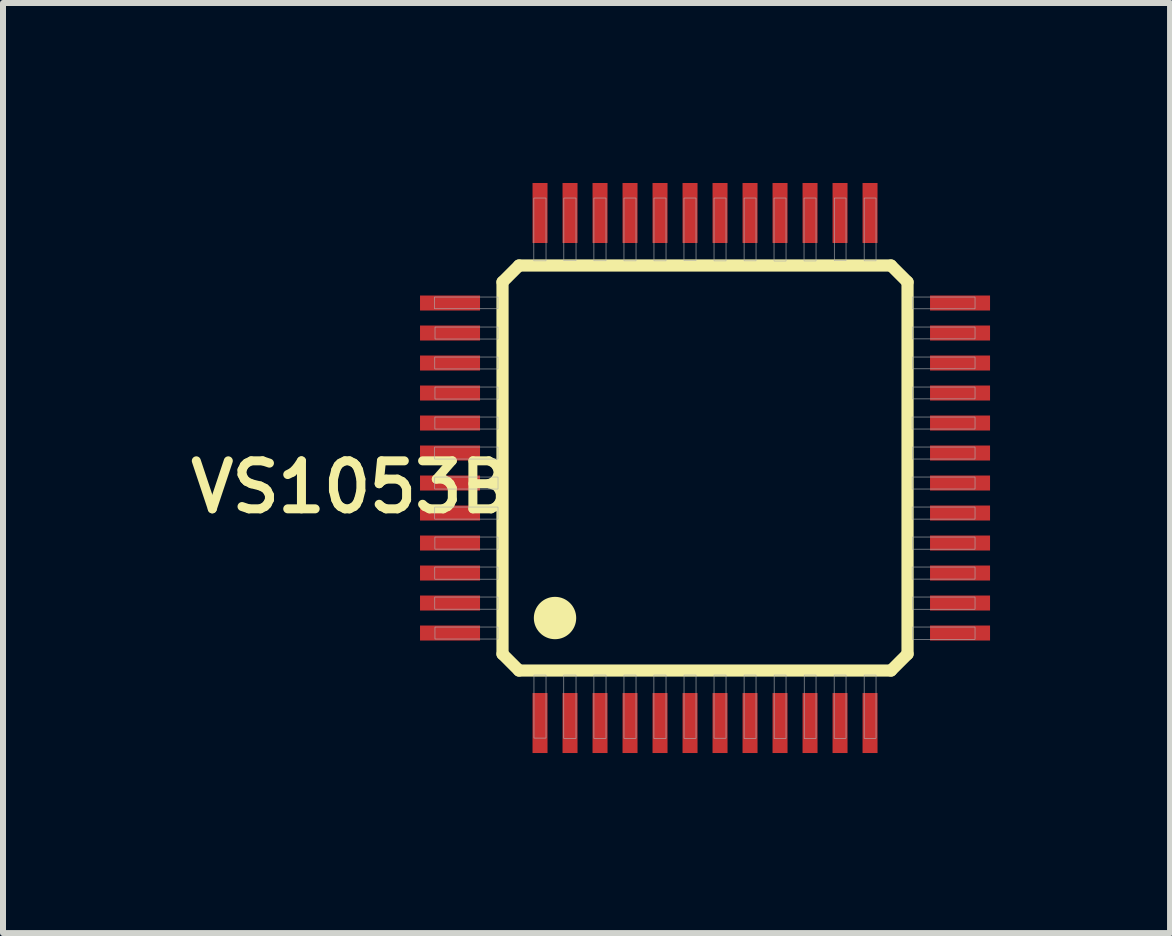
<source format=kicad_pcb>
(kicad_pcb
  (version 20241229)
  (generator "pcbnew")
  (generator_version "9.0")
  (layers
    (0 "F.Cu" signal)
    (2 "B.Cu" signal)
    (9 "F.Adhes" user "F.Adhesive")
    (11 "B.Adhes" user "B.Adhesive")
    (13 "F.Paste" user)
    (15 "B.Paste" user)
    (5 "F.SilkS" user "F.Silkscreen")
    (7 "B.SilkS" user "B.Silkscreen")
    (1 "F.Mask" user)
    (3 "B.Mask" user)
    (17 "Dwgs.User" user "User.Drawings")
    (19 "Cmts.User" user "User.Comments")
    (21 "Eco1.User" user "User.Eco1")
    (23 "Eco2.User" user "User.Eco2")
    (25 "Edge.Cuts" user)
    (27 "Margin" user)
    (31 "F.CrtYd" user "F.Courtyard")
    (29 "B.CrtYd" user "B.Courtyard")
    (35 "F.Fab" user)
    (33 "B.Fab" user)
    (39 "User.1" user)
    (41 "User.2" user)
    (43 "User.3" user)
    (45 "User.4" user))
  (footprint "VS1053B"
    (layer "F.Cu")
    (at 8.7 4.75)
    (property "Reference" "VS1053B" (at -5.907 0.318 180) (layer "F.SilkS") (effects (font (size 0.8 0.8) (thickness 0.15))))
    (attr through_hole)
    (fp_line (start -3.375 -3.1) (end -3.1 -3.375) (stroke (width 0.203) (type solid)) (layer "F.SilkS"))
    (fp_line (start -3.375 3.1) (end -3.375 -3.1) (stroke (width 0.203) (type solid)) (layer "F.SilkS"))
    (fp_line (start -3.1 -3.375) (end 3.1 -3.375) (stroke (width 0.203) (type solid)) (layer "F.SilkS"))
    (fp_line (start -3.1 3.375) (end -3.375 3.1) (stroke (width 0.203) (type solid)) (layer "F.SilkS"))
    (fp_line (start 3.1 -3.375) (end 3.375 -3.1) (stroke (width 0.203) (type solid)) (layer "F.SilkS"))
    (fp_line (start 3.1 3.375) (end -3.1 3.375) (stroke (width 0.203) (type solid)) (layer "F.SilkS"))
    (fp_line (start 3.375 -3.1) (end 3.375 3.1) (stroke (width 0.203) (type solid)) (layer "F.SilkS"))
    (fp_line (start 3.375 3.1) (end 3.1 3.375) (stroke (width 0.203) (type solid)) (layer "F.SilkS"))
    (fp_circle (center -2.5 2.5) (end -2.147 2.5) (stroke (width 0) (type solid)) (fill yes) (layer "F.SilkS"))
    (fp_poly (pts (xy -4.508 -2.85) (xy -3.45 -2.85) (xy -3.45 -2.654) (xy -4.508 -2.654)) (stroke (width 0.01) (type solid)) (fill no) (layer "F.Fab"))
    (fp_poly (pts (xy -4.506 -0.35) (xy -3.45 -0.35) (xy -3.45 -0.15) (xy -4.506 -0.15)) (stroke (width 0.01) (type solid)) (fill no) (layer "F.Fab"))
    (fp_poly (pts (xy -4.505 0.65) (xy -3.45 0.65) (xy -3.45 0.851) (xy -4.505 0.851)) (stroke (width 0.01) (type solid)) (fill no) (layer "F.Fab"))
    (fp_poly (pts (xy -4.505 0.15) (xy -3.45 0.15) (xy -3.45 0.35) (xy -4.505 0.35)) (stroke (width 0.01) (type solid)) (fill no) (layer "F.Fab"))
    (fp_poly (pts (xy -4.504 1.65) (xy -3.45 1.65) (xy -3.45 1.852) (xy -4.504 1.852)) (stroke (width 0.01) (type solid)) (fill no) (layer "F.Fab"))
    (fp_poly (pts (xy -4.504 -1.85) (xy -3.45 -1.85) (xy -3.45 -1.651) (xy -4.504 -1.651)) (stroke (width 0.01) (type solid)) (fill no) (layer "F.Fab"))
    (fp_poly (pts (xy -4.504 2.15) (xy -3.45 2.15) (xy -3.45 2.352) (xy -4.504 2.352)) (stroke (width 0.01) (type solid)) (fill no) (layer "F.Fab"))
    (fp_poly (pts (xy -4.502 -0.85) (xy -3.45 -0.85) (xy -3.45 -0.65) (xy -4.502 -0.65)) (stroke (width 0.01) (type solid)) (fill no) (layer "F.Fab"))
    (fp_poly (pts (xy -4.502 1.15) (xy -3.45 1.15) (xy -3.45 1.351) (xy -4.502 1.351)) (stroke (width 0.01) (type solid)) (fill no) (layer "F.Fab"))
    (fp_poly (pts (xy -4.501 -1.35) (xy -3.45 -1.35) (xy -3.45 -1.15) (xy -4.501 -1.15)) (stroke (width 0.01) (type solid)) (fill no) (layer "F.Fab"))
    (fp_poly (pts (xy -4.501 2.65) (xy -3.45 2.65) (xy -3.45 2.85) (xy -4.501 2.85)) (stroke (width 0.01) (type solid)) (fill no) (layer "F.Fab"))
    (fp_poly (pts (xy -4.5 -2.35) (xy -3.45 -2.35) (xy -3.45 -2.15) (xy -4.5 -2.15)) (stroke (width 0.01) (type solid)) (fill no) (layer "F.Fab"))
    (fp_poly (pts (xy -2.853 -4.5) (xy -2.65 -4.5) (xy -2.65 -3.453) (xy -2.853 -3.453)) (stroke (width 0.01) (type solid)) (fill no) (layer "F.Fab"))
    (fp_poly (pts (xy -2.851 3.45) (xy -2.65 3.45) (xy -2.65 4.501) (xy -2.851 4.501)) (stroke (width 0.01) (type solid)) (fill no) (layer "F.Fab"))
    (fp_poly (pts (xy -2.354 3.45) (xy -2.15 3.45) (xy -2.15 4.507) (xy -2.354 4.507)) (stroke (width 0.01) (type solid)) (fill no) (layer "F.Fab"))
    (fp_poly (pts (xy -2.353 -4.5) (xy -2.15 -4.5) (xy -2.15 -3.455) (xy -2.353 -3.455)) (stroke (width 0.01) (type solid)) (fill no) (layer "F.Fab"))
    (fp_poly (pts (xy -1.852 3.45) (xy -1.65 3.45) (xy -1.65 4.506) (xy -1.852 4.506)) (stroke (width 0.01) (type solid)) (fill no) (layer "F.Fab"))
    (fp_poly (pts (xy -1.852 -4.5) (xy -1.65 -4.5) (xy -1.65 -3.454) (xy -1.852 -3.454)) (stroke (width 0.01) (type solid)) (fill no) (layer "F.Fab"))
    (fp_poly (pts (xy -1.351 3.45) (xy -1.15 3.45) (xy -1.15 4.505) (xy -1.351 4.505)) (stroke (width 0.01) (type solid)) (fill no) (layer "F.Fab"))
    (fp_poly (pts (xy -1.351 -4.5) (xy -1.15 -4.5) (xy -1.15 -3.453) (xy -1.351 -3.453)) (stroke (width 0.01) (type solid)) (fill no) (layer "F.Fab"))
    (fp_poly (pts (xy -0.852 3.45) (xy -0.65 3.45) (xy -0.65 4.508) (xy -0.852 4.508)) (stroke (width 0.01) (type solid)) (fill no) (layer "F.Fab"))
    (fp_poly (pts (xy -0.851 -4.5) (xy -0.65 -4.5) (xy -0.65 -3.453) (xy -0.851 -3.453)) (stroke (width 0.01) (type solid)) (fill no) (layer "F.Fab"))
    (fp_poly (pts (xy -0.351 -4.5) (xy -0.15 -4.5) (xy -0.15 -3.457) (xy -0.351 -3.457)) (stroke (width 0.01) (type solid)) (fill no) (layer "F.Fab"))
    (fp_poly (pts (xy -0.35 3.45) (xy -0.15 3.45) (xy -0.15 4.505) (xy -0.35 4.505)) (stroke (width 0.01) (type solid)) (fill no) (layer "F.Fab"))
    (fp_poly (pts (xy 0.15 -4.5) (xy 0.35 -4.5) (xy 0.35 -3.452) (xy 0.15 -3.452)) (stroke (width 0.01) (type solid)) (fill no) (layer "F.Fab"))
    (fp_poly (pts (xy 0.15 3.45) (xy 0.35 3.45) (xy 0.35 4.503) (xy 0.15 4.503)) (stroke (width 0.01) (type solid)) (fill no) (layer "F.Fab"))
    (fp_poly (pts (xy 0.651 -4.5) (xy 0.85 -4.5) (xy 0.85 -3.453) (xy 0.651 -3.453)) (stroke (width 0.01) (type solid)) (fill no) (layer "F.Fab"))
    (fp_poly (pts (xy 0.651 3.45) (xy 0.85 3.45) (xy 0.85 4.507) (xy 0.651 4.507)) (stroke (width 0.01) (type solid)) (fill no) (layer "F.Fab"))
    (fp_poly (pts (xy 1.15 -4.5) (xy 1.35 -4.5) (xy 1.35 -3.45) (xy 1.15 -3.45)) (stroke (width 0.01) (type solid)) (fill no) (layer "F.Fab"))
    (fp_poly (pts (xy 1.152 3.45) (xy 1.35 3.45) (xy 1.35 4.508) (xy 1.152 4.508)) (stroke (width 0.01) (type solid)) (fill no) (layer "F.Fab"))
    (fp_poly (pts (xy 1.65 -4.5) (xy 1.85 -4.5) (xy 1.85 -3.451) (xy 1.65 -3.451)) (stroke (width 0.01) (type solid)) (fill no) (layer "F.Fab"))
    (fp_poly (pts (xy 1.653 3.45) (xy 1.85 3.45) (xy 1.85 4.508) (xy 1.653 4.508)) (stroke (width 0.01) (type solid)) (fill no) (layer "F.Fab"))
    (fp_poly (pts (xy 2.152 3.45) (xy 2.35 3.45) (xy 2.35 4.504) (xy 2.152 4.504)) (stroke (width 0.01) (type solid)) (fill no) (layer "F.Fab"))
    (fp_poly (pts (xy 2.154 -4.5) (xy 2.35 -4.5) (xy 2.35 -3.456) (xy 2.154 -3.456)) (stroke (width 0.01) (type solid)) (fill no) (layer "F.Fab"))
    (fp_poly (pts (xy 2.652 -4.5) (xy 2.85 -4.5) (xy 2.85 -3.453) (xy 2.652 -3.453)) (stroke (width 0.01) (type solid)) (fill no) (layer "F.Fab"))
    (fp_poly (pts (xy 2.652 3.45) (xy 2.85 3.45) (xy 2.85 4.504) (xy 2.652 4.504)) (stroke (width 0.01) (type solid)) (fill no) (layer "F.Fab"))
    (fp_poly (pts (xy 3.451 -0.85) (xy 4.5 -0.85) (xy 4.5 -0.65) (xy 3.451 -0.65)) (stroke (width 0.01) (type solid)) (fill no) (layer "F.Fab"))
    (fp_poly (pts (xy 3.452 0.15) (xy 4.5 0.15) (xy 4.5 0.35) (xy 3.452 0.35)) (stroke (width 0.01) (type solid)) (fill no) (layer "F.Fab"))
    (fp_poly (pts (xy 3.452 0.65) (xy 4.5 0.65) (xy 4.5 0.851) (xy 3.452 0.851)) (stroke (width 0.01) (type solid)) (fill no) (layer "F.Fab"))
    (fp_poly (pts (xy 3.452 1.65) (xy 4.5 1.65) (xy 4.5 1.851) (xy 3.452 1.851)) (stroke (width 0.01) (type solid)) (fill no) (layer "F.Fab"))
    (fp_poly (pts (xy 3.454 -2.85) (xy 4.5 -2.85) (xy 4.5 -2.653) (xy 3.454 -2.653)) (stroke (width 0.01) (type solid)) (fill no) (layer "F.Fab"))
    (fp_poly (pts (xy 3.454 -2.35) (xy 4.5 -2.35) (xy 4.5 -2.152) (xy 3.454 -2.152)) (stroke (width 0.01) (type solid)) (fill no) (layer "F.Fab"))
    (fp_poly (pts (xy 3.455 2.15) (xy 4.5 2.15) (xy 4.5 2.353) (xy 3.455 2.353)) (stroke (width 0.01) (type solid)) (fill no) (layer "F.Fab"))
    (fp_poly (pts (xy 3.455 1.15) (xy 4.5 1.15) (xy 4.5 1.352) (xy 3.455 1.352)) (stroke (width 0.01) (type solid)) (fill no) (layer "F.Fab"))
    (fp_poly (pts (xy 3.455 -0.35) (xy 4.5 -0.35) (xy 4.5 -0.15) (xy 3.455 -0.15)) (stroke (width 0.01) (type solid)) (fill no) (layer "F.Fab"))
    (fp_poly (pts (xy 3.456 -1.35) (xy 4.5 -1.35) (xy 4.5 -1.152) (xy 3.456 -1.152)) (stroke (width 0.01) (type solid)) (fill no) (layer "F.Fab"))
    (fp_poly (pts (xy 3.457 2.65) (xy 4.5 2.65) (xy 4.5 2.855) (xy 3.457 2.855)) (stroke (width 0.01) (type solid)) (fill no) (layer "F.Fab"))
    (fp_poly (pts (xy 3.457 -1.85) (xy 4.5 -1.85) (xy 4.5 -1.653) (xy 3.457 -1.653)) (stroke (width 0.01) (type solid)) (fill no) (layer "F.Fab"))
    (pad "1" smd rect (at -2.75 4.25) (size 0.25 1) (layers "F.Cu" "F.Mask" "F.Paste"))
    (pad "2" smd rect (at -2.25 4.25) (size 0.25 1) (layers "F.Cu" "F.Mask" "F.Paste"))
    (pad "3" smd rect (at -1.75 4.25) (size 0.25 1) (layers "F.Cu" "F.Mask" "F.Paste"))
    (pad "4" smd rect (at -1.25 4.25) (size 0.25 1) (layers "F.Cu" "F.Mask" "F.Paste"))
    (pad "5" smd rect (at -0.75 4.25) (size 0.25 1) (layers "F.Cu" "F.Mask" "F.Paste"))
    (pad "6" smd rect (at -0.25 4.25) (size 0.25 1) (layers "F.Cu" "F.Mask" "F.Paste"))
    (pad "7" smd rect (at 0.25 4.25) (size 0.25 1) (layers "F.Cu" "F.Mask" "F.Paste"))
    (pad "8" smd rect (at 0.75 4.25) (size 0.25 1) (layers "F.Cu" "F.Mask" "F.Paste"))
    (pad "9" smd rect (at 1.25 4.25) (size 0.25 1) (layers "F.Cu" "F.Mask" "F.Paste"))
    (pad "10" smd rect (at 1.75 4.25) (size 0.25 1) (layers "F.Cu" "F.Mask" "F.Paste"))
    (pad "11" smd rect (at 2.25 4.25) (size 0.25 1) (layers "F.Cu" "F.Mask" "F.Paste"))
    (pad "12" smd rect (at 2.75 4.25) (size 0.25 1) (layers "F.Cu" "F.Mask" "F.Paste"))
    (pad "13" smd rect (at 4.25 2.75) (size 1 0.25) (layers "F.Cu" "F.Mask" "F.Paste"))
    (pad "14" smd rect (at 4.25 2.25) (size 1 0.25) (layers "F.Cu" "F.Mask" "F.Paste"))
    (pad "15" smd rect (at 4.25 1.75) (size 1 0.25) (layers "F.Cu" "F.Mask" "F.Paste"))
    (pad "16" smd rect (at 4.25 1.25) (size 1 0.25) (layers "F.Cu" "F.Mask" "F.Paste"))
    (pad "17" smd rect (at 4.25 0.75) (size 1 0.25) (layers "F.Cu" "F.Mask" "F.Paste"))
    (pad "18" smd rect (at 4.25 0.25) (size 1 0.25) (layers "F.Cu" "F.Mask" "F.Paste"))
    (pad "19" smd rect (at 4.25 -0.25) (size 1 0.25) (layers "F.Cu" "F.Mask" "F.Paste"))
    (pad "20" smd rect (at 4.25 -0.75) (size 1 0.25) (layers "F.Cu" "F.Mask" "F.Paste"))
    (pad "21" smd rect (at 4.25 -1.25) (size 1 0.25) (layers "F.Cu" "F.Mask" "F.Paste"))
    (pad "22" smd rect (at 4.25 -1.75) (size 1 0.25) (layers "F.Cu" "F.Mask" "F.Paste"))
    (pad "23" smd rect (at 4.25 -2.25) (size 1 0.25) (layers "F.Cu" "F.Mask" "F.Paste"))
    (pad "24" smd rect (at 4.25 -2.75) (size 1 0.25) (layers "F.Cu" "F.Mask" "F.Paste"))
    (pad "25" smd rect (at 2.75 -4.25) (size 0.25 1) (layers "F.Cu" "F.Mask" "F.Paste"))
    (pad "26" smd rect (at 2.25 -4.25) (size 0.25 1) (layers "F.Cu" "F.Mask" "F.Paste"))
    (pad "27" smd rect (at 1.75 -4.25) (size 0.25 1) (layers "F.Cu" "F.Mask" "F.Paste"))
    (pad "28" smd rect (at 1.25 -4.25) (size 0.25 1) (layers "F.Cu" "F.Mask" "F.Paste"))
    (pad "29" smd rect (at 0.75 -4.25) (size 0.25 1) (layers "F.Cu" "F.Mask" "F.Paste"))
    (pad "30" smd rect (at 0.25 -4.25) (size 0.25 1) (layers "F.Cu" "F.Mask" "F.Paste"))
    (pad "31" smd rect (at -0.25 -4.25) (size 0.25 1) (layers "F.Cu" "F.Mask" "F.Paste"))
    (pad "32" smd rect (at -0.75 -4.25) (size 0.25 1) (layers "F.Cu" "F.Mask" "F.Paste"))
    (pad "33" smd rect (at -1.25 -4.25) (size 0.25 1) (layers "F.Cu" "F.Mask" "F.Paste"))
    (pad "34" smd rect (at -1.75 -4.25) (size 0.25 1) (layers "F.Cu" "F.Mask" "F.Paste"))
    (pad "35" smd rect (at -2.25 -4.25) (size 0.25 1) (layers "F.Cu" "F.Mask" "F.Paste"))
    (pad "36" smd rect (at -2.75 -4.25) (size 0.25 1) (layers "F.Cu" "F.Mask" "F.Paste"))
    (pad "37" smd rect (at -4.25 -2.75) (size 1 0.25) (layers "F.Cu" "F.Mask" "F.Paste"))
    (pad "38" smd rect (at -4.25 -2.25) (size 1 0.25) (layers "F.Cu" "F.Mask" "F.Paste"))
    (pad "39" smd rect (at -4.25 -1.75) (size 1 0.25) (layers "F.Cu" "F.Mask" "F.Paste"))
    (pad "40" smd rect (at -4.25 -1.25) (size 1 0.25) (layers "F.Cu" "F.Mask" "F.Paste"))
    (pad "41" smd rect (at -4.25 -0.75) (size 1 0.25) (layers "F.Cu" "F.Mask" "F.Paste"))
    (pad "42" smd rect (at -4.25 -0.25) (size 1 0.25) (layers "F.Cu" "F.Mask" "F.Paste"))
    (pad "43" smd rect (at -4.25 0.25) (size 1 0.25) (layers "F.Cu" "F.Mask" "F.Paste"))
    (pad "44" smd rect (at -4.25 0.75) (size 1 0.25) (layers "F.Cu" "F.Mask" "F.Paste"))
    (pad "45" smd rect (at -4.25 1.25) (size 1 0.25) (layers "F.Cu" "F.Mask" "F.Paste"))
    (pad "46" smd rect (at -4.25 1.75) (size 1 0.25) (layers "F.Cu" "F.Mask" "F.Paste"))
    (pad "47" smd rect (at -4.25 2.25) (size 1 0.25) (layers "F.Cu" "F.Mask" "F.Paste"))
    (pad "48" smd rect (at -4.25 2.75) (size 1 0.25) (layers "F.Cu" "F.Mask" "F.Paste")))
  (gr_rect
    (start -3 -3)
    (end 16.45 12.5)
    (stroke (width 0.1) (type default))
    (fill no)
    (layer "Edge.Cuts")))
</source>
